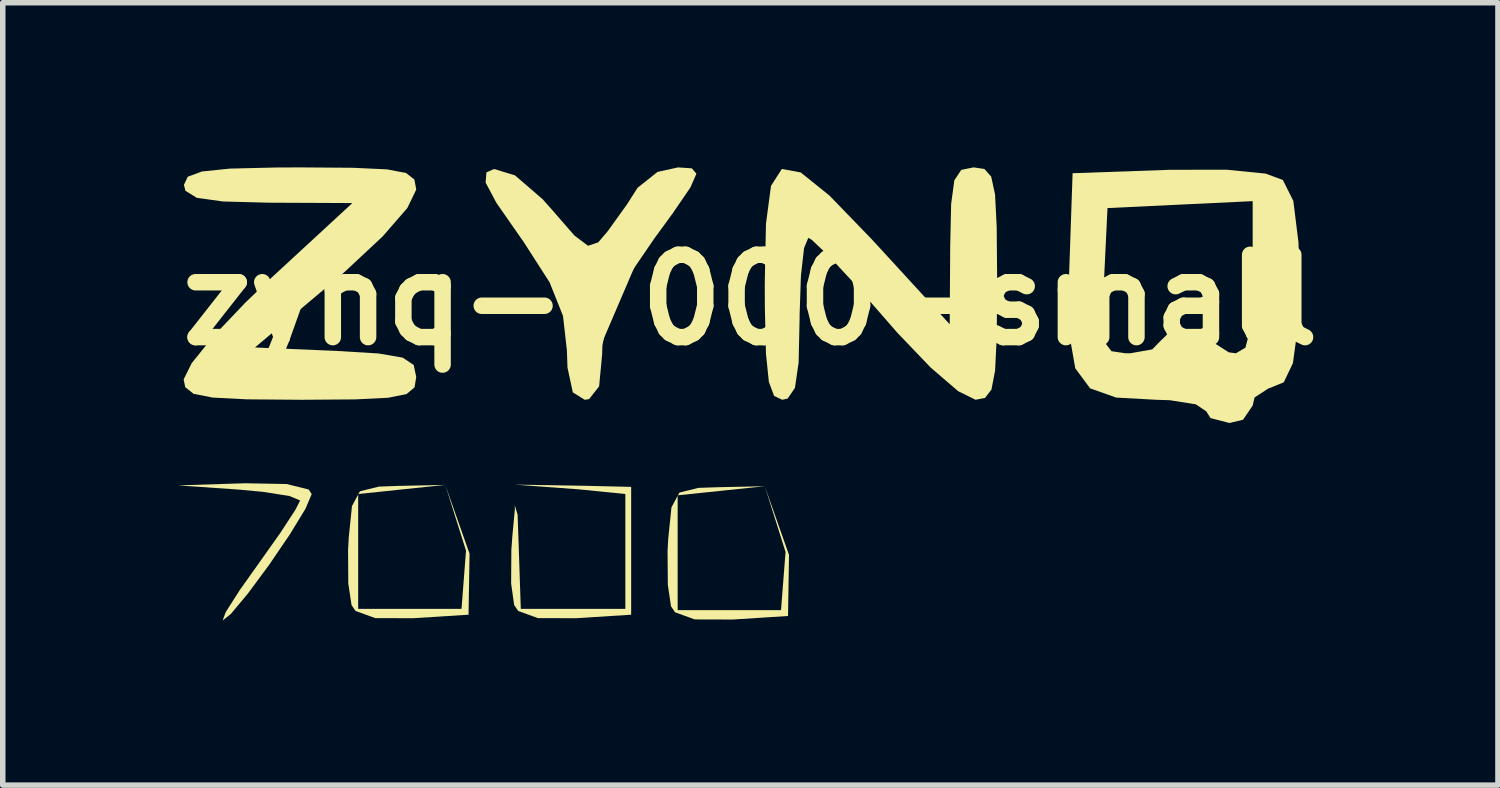
<source format=kicad_pcb>
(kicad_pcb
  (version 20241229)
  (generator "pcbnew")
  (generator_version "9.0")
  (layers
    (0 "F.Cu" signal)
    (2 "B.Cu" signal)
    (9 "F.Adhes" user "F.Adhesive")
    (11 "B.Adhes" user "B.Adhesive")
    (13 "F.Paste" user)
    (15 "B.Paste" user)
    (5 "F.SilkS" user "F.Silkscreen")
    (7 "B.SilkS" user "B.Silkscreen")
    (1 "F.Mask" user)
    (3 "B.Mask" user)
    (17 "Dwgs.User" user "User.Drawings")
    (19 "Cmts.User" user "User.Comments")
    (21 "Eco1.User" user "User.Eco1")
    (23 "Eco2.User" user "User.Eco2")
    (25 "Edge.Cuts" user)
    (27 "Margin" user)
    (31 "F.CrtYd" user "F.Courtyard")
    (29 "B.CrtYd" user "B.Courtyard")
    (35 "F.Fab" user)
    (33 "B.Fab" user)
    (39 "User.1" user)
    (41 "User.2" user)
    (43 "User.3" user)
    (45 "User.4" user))
  (footprint "zynq-7000-small"
    (layer "F.Cu")
    (at 10.621 2.414)
    (property "Reference" "zynq-7000-small" (at 0 0 0) (layer "F.SilkS") (effects (font (size 1.5 1.5) (thickness 0.3))))
    (attr board_only exclude_from_pos_files exclude_from_bom)
    (fp_poly (pts (xy -7.145 3.547) (xy -7.145 3.537) (xy -7.14 3.537)) (stroke (width 0) (type solid)) (fill yes) (layer "F.SilkS"))
    (fp_poly (pts (xy -1.324 3.57) (xy -1.324 3.561) (xy -1.318 3.56)) (stroke (width 0) (type solid)) (fill yes) (layer "F.SilkS"))
    (fp_poly (pts (xy -6.351 3.454) (xy -7.14 3.537) (xy -7.113 3.487) (xy -6.767 3.402) (xy -6.404 3.389) (xy -5.558 3.371)) (stroke (width 0) (type solid)) (fill yes) (layer "F.SilkS"))
    (fp_poly (pts (xy -0.53 3.478) (xy -1.318 3.56) (xy -1.292 3.511) (xy -0.946 3.425) (xy -0.583 3.413) (xy 0.264 3.395)) (stroke (width 0) (type solid)) (fill yes) (layer "F.SilkS"))
    (fp_poly (pts (xy -5.116 4.623) (xy -5.134 5.736) (xy -6.142 5.8) (xy -6.834 5.798) (xy -7.193 5.668) (xy -7.266 5.56) (xy -7.325 5.168) (xy -7.329 4.556) (xy -7.317 4.331) (xy -7.258 3.757) (xy -7.145 3.547) (xy -7.145 4.584) (xy -7.145 5.63) (xy -6.204 5.63) (xy -5.262 5.63) (xy -5.18 4.57) (xy -5.558 3.371)) (stroke (width 0) (type solid)) (fill yes) (layer "F.SilkS"))
    (fp_poly (pts (xy 0.705 4.647) (xy 0.687 5.759) (xy -0.32 5.824) (xy -1.013 5.822) (xy -1.371 5.692) (xy -1.445 5.583) (xy -1.503 5.192) (xy -1.508 4.579) (xy -1.496 4.355) (xy -1.437 3.781) (xy -1.324 3.57) (xy -1.324 4.607) (xy -1.324 5.653) (xy -0.382 5.653) (xy 0.559 5.653) (xy 0.642 4.594) (xy 0.264 3.395)) (stroke (width 0) (type solid)) (fill yes) (layer "F.SilkS"))
    (fp_poly (pts (xy -8.448 3.355) (xy -8.046 3.455) (xy -7.992 3.538) (xy -8.105 3.806) (xy -8.391 4.274) (xy -8.767 4.827) (xy -9.153 5.349) (xy -9.466 5.724) (xy -9.615 5.841) (xy -9.558 5.688) (xy -9.303 5.288) (xy -8.962 4.808) (xy -8.561 4.242) (xy -8.286 3.82) (xy -8.203 3.655) (xy -8.394 3.574) (xy -8.884 3.497) (xy -9.315 3.457) (xy -10.426 3.38) (xy -9.209 3.341)) (stroke (width 0) (type solid)) (fill yes) (layer "F.SilkS"))
    (fp_poly (pts (xy -3.072 3.386) (xy -2.171 3.407) (xy -2.171 4.571) (xy -2.171 5.736) (xy -3.178 5.8) (xy -3.871 5.798) (xy -4.229 5.668) (xy -4.303 5.56) (xy -4.358 5.169) (xy -4.354 4.557) (xy -4.338 4.331) (xy -4.29 3.816) (xy -4.292 3.74) (xy -4.24 3.916) (xy -4.219 4.518) (xy -4.182 5.63) (xy -3.229 5.63) (xy -2.277 5.63) (xy -2.277 4.584) (xy -2.277 3.537) (xy -3.125 3.452) (xy -4.292 3.366)) (stroke (width 0) (type solid)) (fill yes) (layer "F.SilkS"))
    (fp_poly (pts (xy -1.066 -2.397) (xy -0.982 -2.299) (xy -1.09 -2.051) (xy -1.412 -1.58) (xy -1.748 -1.12) (xy -2.287 -0.331) (xy -2.584 0.278) (xy -2.695 0.829) (xy -2.7 0.996) (xy -2.755 1.576) (xy -2.938 1.808) (xy -3.018 1.82) (xy -3.234 1.685) (xy -3.331 1.235) (xy -3.342 0.92) (xy -3.413 0.292) (xy -3.657 -0.319) (xy -4.135 -1.064) (xy -4.192 -1.144) (xy -4.627 -1.769) (xy -4.823 -2.138) (xy -4.808 -2.323) (xy -4.669 -2.385) (xy -4.288 -2.269) (xy -3.785 -1.835) (xy -3.616 -1.645) (xy -3.204 -1.172) (xy -2.957 -0.986) (xy -2.773 -1.047) (xy -2.599 -1.25) (xy -2.248 -1.739) (xy -2.054 -2.043) (xy -1.69 -2.332) (xy -1.317 -2.414)) (stroke (width 0) (type solid)) (fill yes) (layer "F.SilkS"))
    (fp_poly (pts (xy -7.238 -2.407) (xy -6.62 -2.378) (xy -6.273 -2.312) (xy -6.121 -2.194) (xy -6.087 -2.011) (xy -6.087 -2.01) (xy -6.249 -1.674) (xy -6.699 -1.156) (xy -7.379 -0.521) (xy -7.556 -0.369) (xy -9.026 0.867) (xy -7.556 0.929) (xy -6.778 0.976) (xy -6.334 1.052) (xy -6.133 1.186) (xy -6.087 1.406) (xy -6.118 1.594) (xy -6.262 1.715) (xy -6.596 1.783) (xy -7.197 1.813) (xy -8.14 1.82) (xy -8.203 1.82) (xy -9.174 1.812) (xy -9.796 1.78) (xy -10.145 1.711) (xy -10.296 1.591) (xy -10.325 1.449) (xy -10.179 1.154) (xy -9.783 0.662) (xy -9.203 0.052) (xy -8.791 -0.343) (xy -7.251 -1.764) (xy -8.785 -1.771) (xy -9.608 -1.793) (xy -10.084 -1.859) (xy -10.292 -1.987) (xy -10.32 -2.096) (xy -10.25 -2.244) (xy -9.994 -2.339) (xy -9.482 -2.392) (xy -8.644 -2.412) (xy -8.203 -2.414)) (stroke (width 0) (type solid)) (fill yes) (layer "F.SilkS"))
    (fp_poly (pts (xy 4.266 -2.385) (xy 4.389 -2.246) (xy 4.459 -1.922) (xy 4.489 -1.336) (xy 4.497 -0.41) (xy 4.497 -0.297) (xy 4.49 0.669) (xy 4.46 1.288) (xy 4.393 1.636) (xy 4.275 1.787) (xy 4.103 1.82) (xy 3.785 1.662) (xy 3.285 1.232) (xy 2.677 0.597) (xy 2.463 0.351) (xy 1.897 -0.297) (xy 1.427 -0.803) (xy 1.123 -1.091) (xy 1.057 -1.131) (xy 0.979 -0.944) (xy 0.922 -0.439) (xy 0.898 0.277) (xy 0.898 0.338) (xy 0.88 1.143) (xy 0.813 1.604) (xy 0.68 1.798) (xy 0.581 1.82) (xy 0.433 1.75) (xy 0.338 1.494) (xy 0.285 0.981) (xy 0.265 0.144) (xy 0.263 -0.297) (xy 0.285 -1.386) (xy 0.377 -2.078) (xy 0.575 -2.386) (xy 0.918 -2.322) (xy 1.443 -1.9) (xy 2.187 -1.131) (xy 2.319 -0.989) (xy 3.633 0.444) (xy 3.642 -0.985) (xy 3.659 -1.747) (xy 3.717 -2.178) (xy 3.843 -2.369) (xy 4.067 -2.414) (xy 4.073 -2.414)) (stroke (width 0) (type solid)) (fill yes) (layer "F.SilkS"))
    (fp_poly (pts (xy 9.388 -2.301) (xy 9.703 -2.185) (xy 9.894 -1.803) (xy 9.988 -1.043) (xy 10 -0.5) (xy 9.974 0.507) (xy 9.886 1.154) (xy 9.72 1.501) (xy 9.46 1.608) (xy 9.448 1.608) (xy 9.187 1.778) (xy 9.153 1.926) (xy 8.977 2.184) (xy 8.73 2.243) (xy 8.386 2.154) (xy 8.307 2.031) (xy 8.118 1.903) (xy 7.643 1.828) (xy 7.395 1.82) (xy 6.666 1.78) (xy 6.191 1.612) (xy 5.921 1.247) (xy 5.809 0.612) (xy 5.808 0.371) (xy 6.419 0.371) (xy 6.452 0.767) (xy 6.58 0.935) (xy 6.838 0.973) (xy 6.921 0.973) (xy 7.323 0.902) (xy 7.46 0.761) (xy 7.637 0.588) (xy 7.871 0.55) (xy 8.276 0.647) (xy 8.412 0.761) (xy 8.719 0.956) (xy 8.848 0.973) (xy 9.021 0.87) (xy 9.116 0.512) (xy 9.152 -0.174) (xy 9.153 -0.413) (xy 9.153 -1.799) (xy 7.83 -1.736) (xy 6.508 -1.673) (xy 6.444 -0.35) (xy 6.419 0.371) (xy 5.808 0.371) (xy 5.805 -0.362) (xy 5.81 -0.513) (xy 5.872 -2.308) (xy 7.639 -2.37) (xy 8.675 -2.372)) (stroke (width 0) (type solid)) (fill yes) (layer "F.SilkS")))
  (gr_rect
    (start -3 -3)
    (end 24.243 11.255)
    (stroke (width 0.1) (type default))
    (fill no)
    (layer "Edge.Cuts")))
</source>
